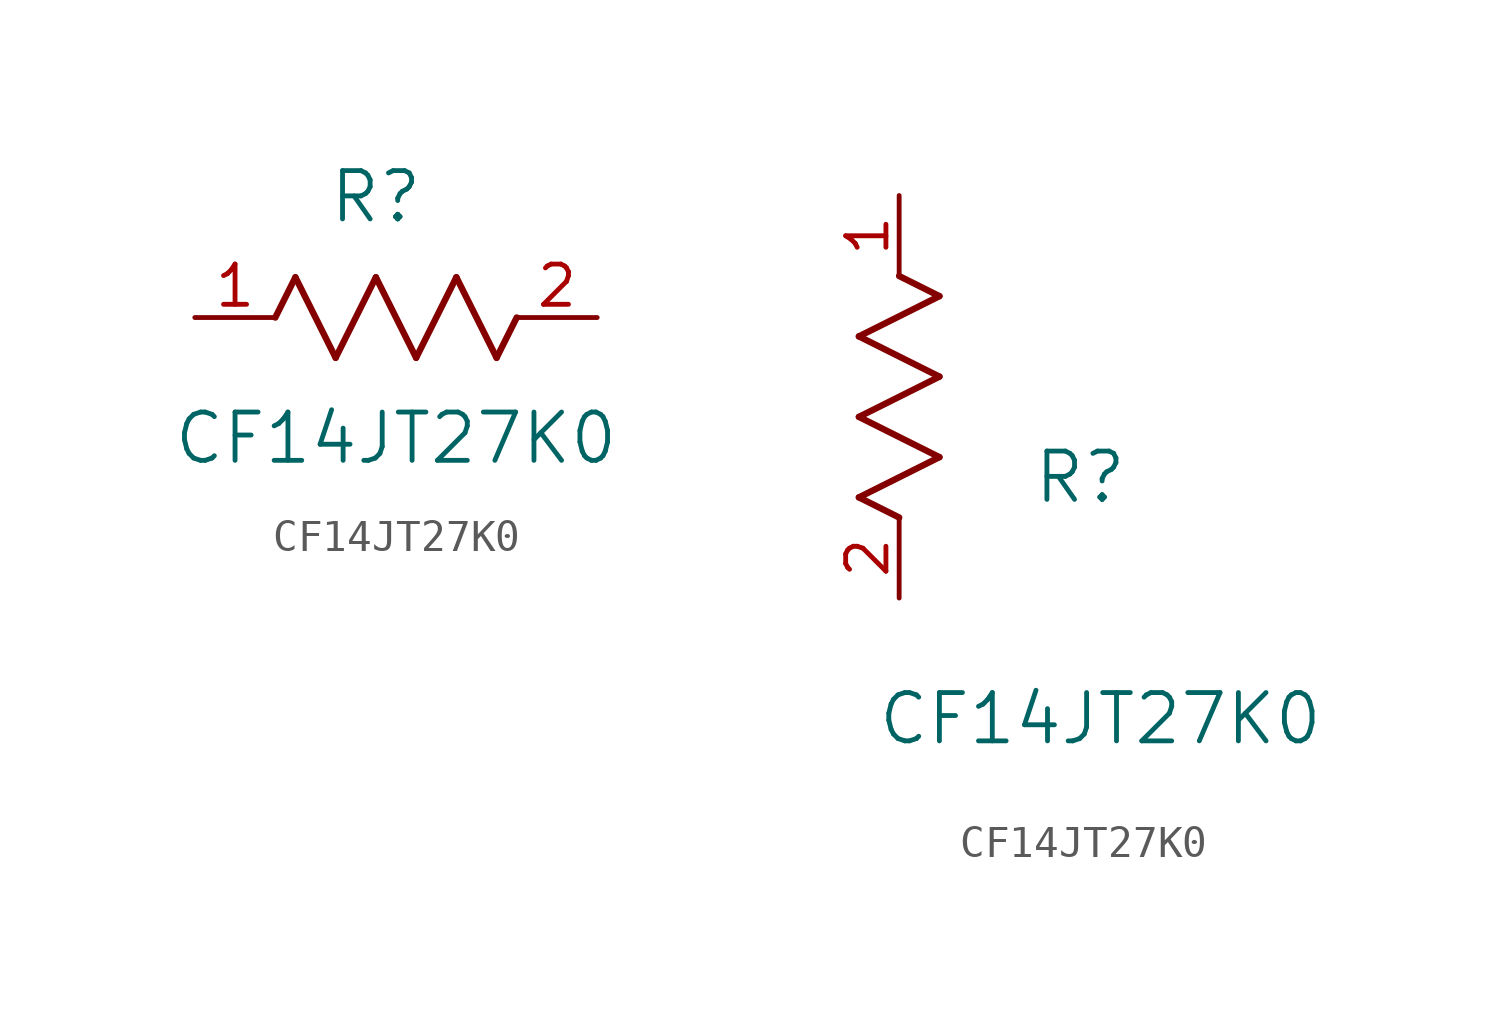
<source format=kicad_sym>
(kicad_symbol_lib
  (version 20211014)
  (generator kicad_symbol_editor)
  (symbol "CF14JT27K0"
    (pin_names
      (offset 0.254))
    (property "Reference" "R"
      (at 5.715 3.81 0)
      (effects (font (size 1.524 1.524))))
    (property "Value" "CF14JT27K0"
      (at 6.35 -3.81 0)
      (effects (font (size 1.524 1.524))))
    (symbol "CF14JT27K0_1_1"
      (polyline (pts (xy 3.175 1.27) (xy 4.445 -1.27)) (stroke (width 0.203) (type default) (color 0 0 0 0)) (fill (type none)))
      (polyline (pts (xy 4.445 -1.27) (xy 5.715 1.27)) (stroke (width 0.203) (type default) (color 0 0 0 0)) (fill (type none)))
      (polyline (pts (xy 5.715 1.27) (xy 6.985 -1.27)) (stroke (width 0.203) (type default) (color 0 0 0 0)) (fill (type none)))
      (polyline (pts (xy 6.985 -1.27) (xy 8.255 1.27)) (stroke (width 0.203) (type default) (color 0 0 0 0)) (fill (type none)))
      (polyline (pts (xy 8.255 1.27) (xy 9.525 -1.27)) (stroke (width 0.203) (type default) (color 0 0 0 0)) (fill (type none)))
      (polyline (pts (xy 2.54 0) (xy 3.175 1.27)) (stroke (width 0.203) (type default) (color 0 0 0 0)) (fill (type none)))
      (polyline (pts (xy 9.525 -1.27) (xy 10.16 0)) (stroke (width 0.203) (type default) (color 0 0 0 0)) (fill (type none)))
      (pin unspecified line (at 0 0 0) (length 2.54) (name "" (effects (font (size 1.27 1.27)))) (number "1" (effects (font (size 1.27 1.27)))))
      (pin unspecified line (at 12.7 0 180) (length 2.54) (name "" (effects (font (size 1.27 1.27)))) (number "2" (effects (font (size 1.27 1.27))))))
    (symbol "CF14JT27K0_1_2"
      (polyline (pts (xy 0 2.54) (xy -1.27 3.175)) (stroke (width 0.203) (type default) (color 0 0 0 0)) (fill (type none)))
      (polyline (pts (xy -1.27 3.175) (xy 1.27 4.445)) (stroke (width 0.203) (type default) (color 0 0 0 0)) (fill (type none)))
      (polyline (pts (xy 1.27 4.445) (xy -1.27 5.715)) (stroke (width 0.203) (type default) (color 0 0 0 0)) (fill (type none)))
      (polyline (pts (xy -1.27 5.715) (xy 1.27 6.985)) (stroke (width 0.203) (type default) (color 0 0 0 0)) (fill (type none)))
      (polyline (pts (xy -1.27 8.255) (xy 1.27 9.525)) (stroke (width 0.203) (type default) (color 0 0 0 0)) (fill (type none)))
      (polyline (pts (xy 1.27 9.525) (xy 0 10.16)) (stroke (width 0.203) (type default) (color 0 0 0 0)) (fill (type none)))
      (polyline (pts (xy 1.27 6.985) (xy -1.27 8.255)) (stroke (width 0.203) (type default) (color 0 0 0 0)) (fill (type none)))
      (pin unspecified line (at 0 12.7 270) (length 2.54) (name "" (effects (font (size 1.27 1.27)))) (number "1" (effects (font (size 1.27 1.27)))))
      (pin unspecified line (at 0 0 90) (length 2.54) (name "" (effects (font (size 1.27 1.27)))) (number "2" (effects (font (size 1.27 1.27))))))))
</source>
